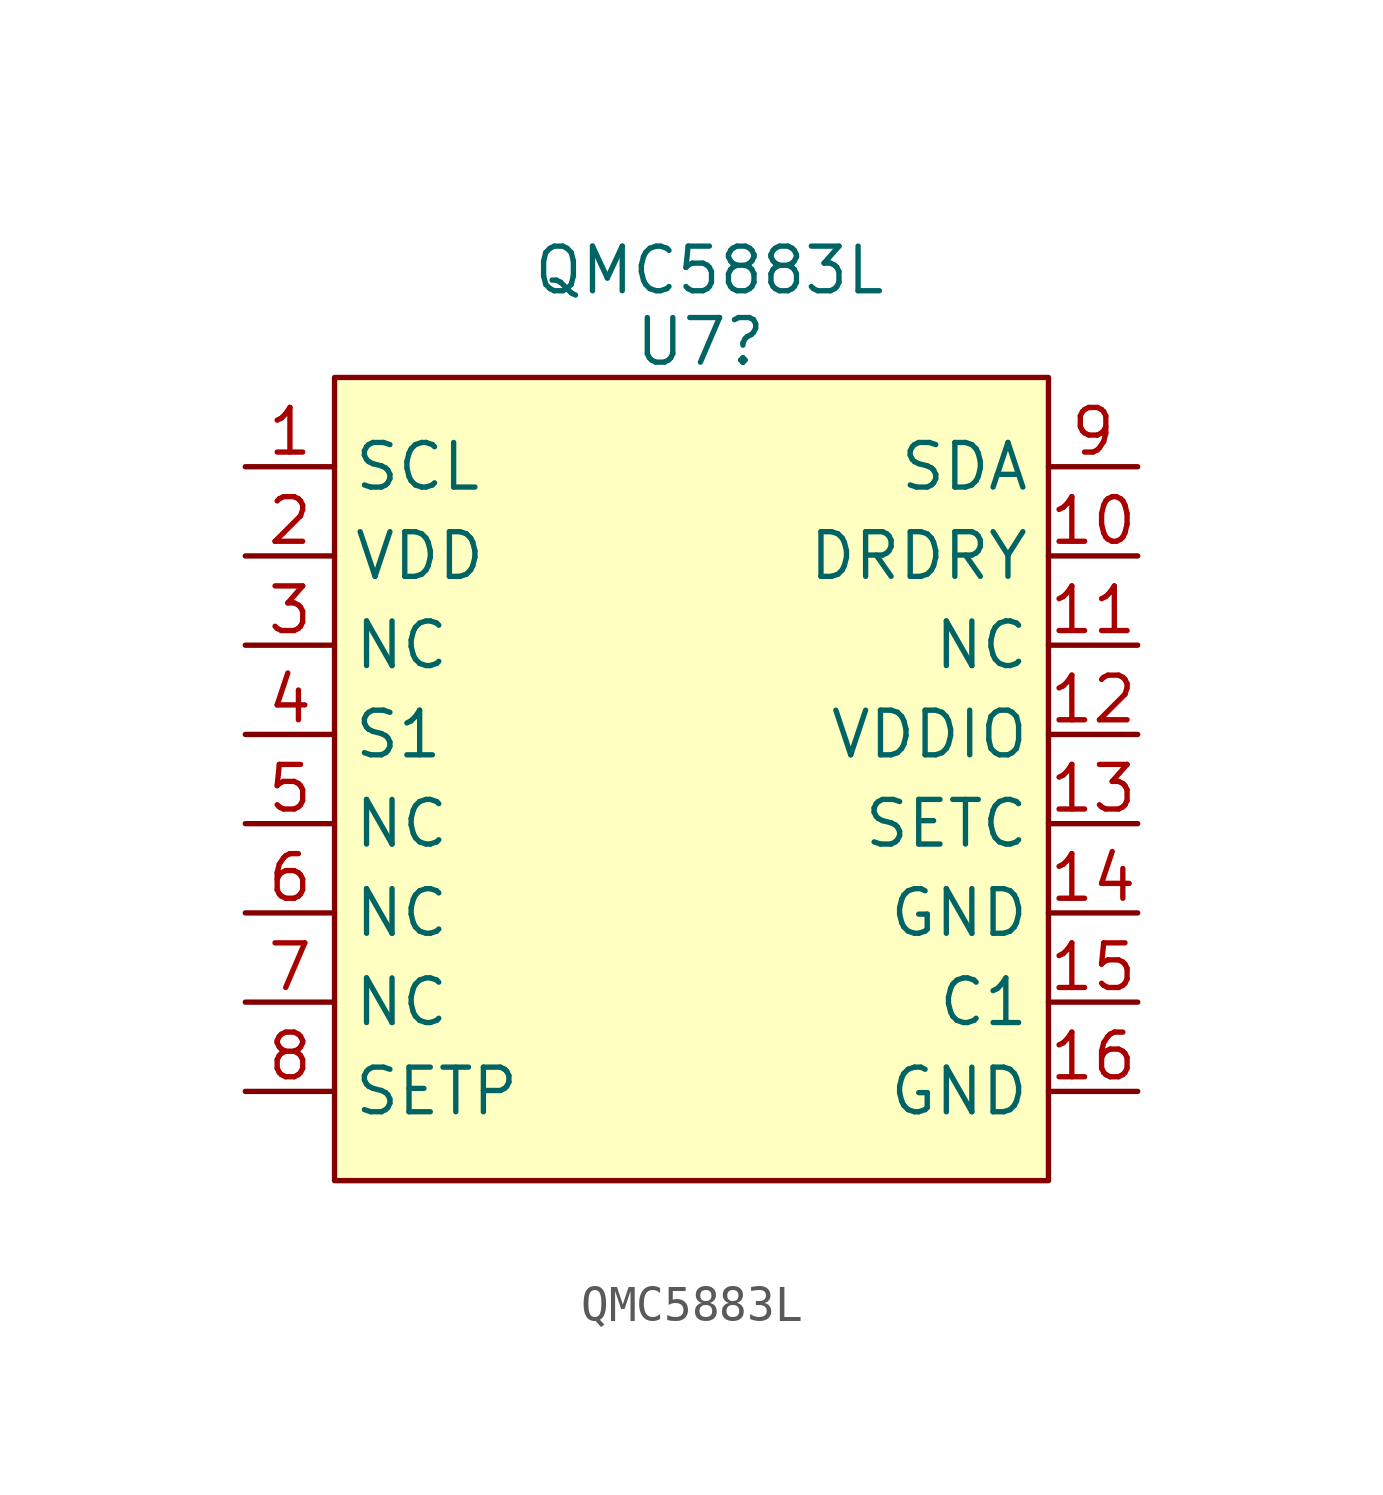
<source format=kicad_sym>
(kicad_symbol_lib
  (version 20241209)
  (generator "kicad_symbol_editor")
  (generator_version "9.0")
  (symbol "QMC5883L"
    (property "Reference" "U7"
      (at 0.254 12.446 0)
      (effects (font (size 1.27 1.27))))
    (property "Value" "QMC5883L"
      (at 0.508 14.478 0)
      (effects (font (size 1.27 1.27))))
    (symbol "QMC5883L_0_1"
      (rectangle (start -10.16 11.43) (end 10.16 -11.43) (stroke (width 0) (type default)) (fill (type color) (color 255 255 194 1))))
    (symbol "QMC5883L_1_1"
      (pin input line (at -12.7 8.89 0) (length 2.54) (name "SCL" (effects (font (size 1.27 1.27)))) (number "1" (effects (font (size 1.27 1.27)))))
      (pin input line (at -12.7 6.35 0) (length 2.54) (name "VDD" (effects (font (size 1.27 1.27)))) (number "2" (effects (font (size 1.27 1.27)))))
      (pin input line (at -12.7 3.81 0) (length 2.54) (name "NC" (effects (font (size 1.27 1.27)))) (number "3" (effects (font (size 1.27 1.27)))))
      (pin input line (at -12.7 1.27 0) (length 2.54) (name "S1" (effects (font (size 1.27 1.27)))) (number "4" (effects (font (size 1.27 1.27)))))
      (pin input line (at -12.7 -1.27 0) (length 2.54) (name "NC" (effects (font (size 1.27 1.27)))) (number "5" (effects (font (size 1.27 1.27)))))
      (pin input line (at -12.7 -3.81 0) (length 2.54) (name "NC" (effects (font (size 1.27 1.27)))) (number "6" (effects (font (size 1.27 1.27)))))
      (pin input line (at -12.7 -6.35 0) (length 2.54) (name "NC" (effects (font (size 1.27 1.27)))) (number "7" (effects (font (size 1.27 1.27)))))
      (pin input line (at -12.7 -8.89 0) (length 2.54) (name "SETP" (effects (font (size 1.27 1.27)))) (number "8" (effects (font (size 1.27 1.27)))))
      (pin input line (at 12.7 8.89 180) (length 2.54) (name "SDA" (effects (font (size 1.27 1.27)))) (number "9" (effects (font (size 1.27 1.27)))))
      (pin input line (at 12.7 6.35 180) (length 2.54) (name "DRDRY" (effects (font (size 1.27 1.27)))) (number "10" (effects (font (size 1.27 1.27)))))
      (pin input line (at 12.7 3.81 180) (length 2.54) (name "NC" (effects (font (size 1.27 1.27)))) (number "11" (effects (font (size 1.27 1.27)))))
      (pin input line (at 12.7 1.27 180) (length 2.54) (name "VDDIO" (effects (font (size 1.27 1.27)))) (number "12" (effects (font (size 1.27 1.27)))))
      (pin input line (at 12.7 -1.27 180) (length 2.54) (name "SETC" (effects (font (size 1.27 1.27)))) (number "13" (effects (font (size 1.27 1.27)))))
      (pin input line (at 12.7 -3.81 180) (length 2.54) (name "GND" (effects (font (size 1.27 1.27)))) (number "14" (effects (font (size 1.27 1.27)))))
      (pin input line (at 12.7 -6.35 180) (length 2.54) (name "C1" (effects (font (size 1.27 1.27)))) (number "15" (effects (font (size 1.27 1.27)))))
      (pin input line (at 12.7 -8.89 180) (length 2.54) (name "GND" (effects (font (size 1.27 1.27)))) (number "16" (effects (font (size 1.27 1.27))))))))
</source>
